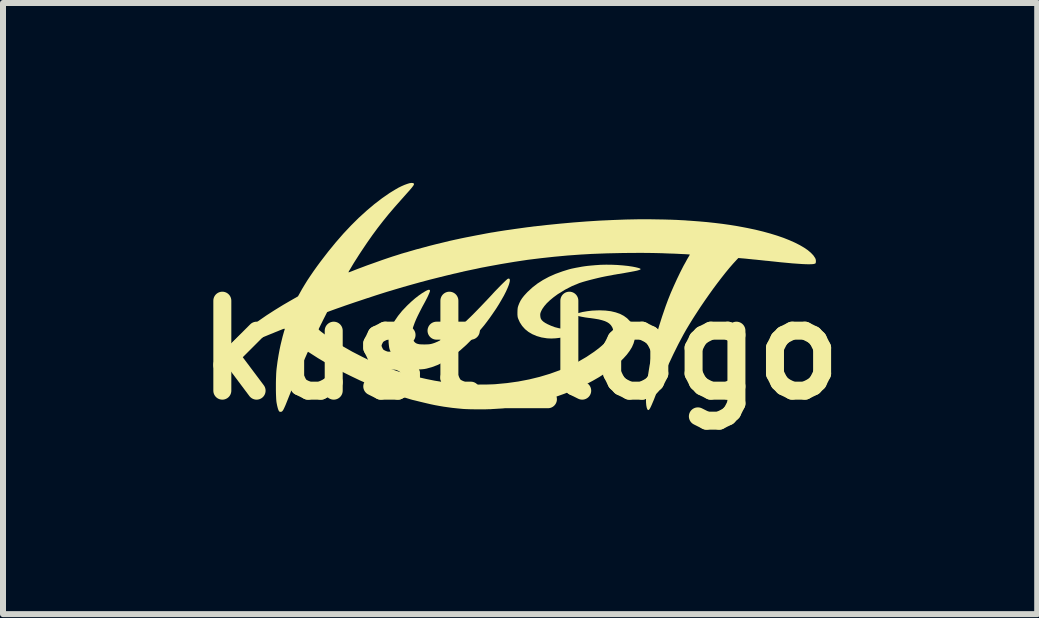
<source format=kicad_pcb>
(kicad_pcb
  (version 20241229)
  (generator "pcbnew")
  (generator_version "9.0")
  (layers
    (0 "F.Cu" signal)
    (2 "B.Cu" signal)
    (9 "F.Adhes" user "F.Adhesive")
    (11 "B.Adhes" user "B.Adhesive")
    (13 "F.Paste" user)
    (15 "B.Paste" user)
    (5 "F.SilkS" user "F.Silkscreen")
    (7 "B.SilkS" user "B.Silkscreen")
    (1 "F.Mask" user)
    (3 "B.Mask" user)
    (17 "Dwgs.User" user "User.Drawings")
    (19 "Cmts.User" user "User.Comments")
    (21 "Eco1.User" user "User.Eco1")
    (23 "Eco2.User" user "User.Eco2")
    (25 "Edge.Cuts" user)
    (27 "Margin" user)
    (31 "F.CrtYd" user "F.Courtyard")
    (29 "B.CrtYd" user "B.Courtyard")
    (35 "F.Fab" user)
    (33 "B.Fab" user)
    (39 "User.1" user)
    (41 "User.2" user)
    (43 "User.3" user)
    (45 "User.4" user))
  (footprint "kust_logo"
    (layer "F.Cu")
    (at 5.621 2.785)
    (property "Reference" "kust_logo" (at 0 0 0) (layer "F.SilkS") (effects (font (size 1.5 1.5) (thickness 0.3))))
    (attr board_only exclude_from_pos_files exclude_from_bom)
    (fp_poly (pts (xy -0.177 -1.186) (xy -0.171 -1.172) (xy -0.171 -1.149) (xy -0.178 -1.118) (xy -0.187 -1.087) (xy -0.208 -1.034) (xy -0.235 -0.974) (xy -0.269 -0.907) (xy -0.309 -0.837) (xy -0.353 -0.762) (xy -0.401 -0.686) (xy -0.453 -0.61) (xy -0.506 -0.534) (xy -0.561 -0.46) (xy -0.597 -0.413) (xy -0.695 -0.296) (xy -0.794 -0.187) (xy -0.892 -0.089) (xy -0.991 -0.000149) (xy -1.089 0.078) (xy -1.186 0.146) (xy -1.282 0.204) (xy -1.377 0.251) (xy -1.47 0.286) (xy -1.561 0.311) (xy -1.598 0.318) (xy -1.639 0.322) (xy -1.685 0.325) (xy -1.73 0.325) (xy -1.772 0.323) (xy -1.807 0.318) (xy -1.812 0.317) (xy -1.884 0.296) (xy -1.951 0.264) (xy -2.012 0.224) (xy -2.066 0.175) (xy -2.112 0.118) (xy -2.149 0.055) (xy -2.176 -0.013) (xy -2.177 -0.017) (xy -2.183 -0.045) (xy -2.188 -0.083) (xy -2.192 -0.124) (xy -2.193 -0.166) (xy -2.193 -0.206) (xy -2.19 -0.239) (xy -2.188 -0.249) (xy -2.167 -0.327) (xy -2.134 -0.407) (xy -2.09 -0.487) (xy -2.034 -0.569) (xy -1.967 -0.652) (xy -1.888 -0.735) (xy -1.876 -0.747) (xy -1.811 -0.808) (xy -1.75 -0.861) (xy -1.692 -0.906) (xy -1.635 -0.946) (xy -1.601 -0.967) (xy -1.568 -0.986) (xy -1.543 -0.998) (xy -1.525 -1.004) (xy -1.513 -1.003) (xy -1.507 -1) (xy -1.502 -0.992) (xy -1.502 -0.982) (xy -1.506 -0.969) (xy -1.515 -0.946) (xy -1.528 -0.916) (xy -1.544 -0.881) (xy -1.563 -0.844) (xy -1.583 -0.806) (xy -1.586 -0.8) (xy -1.632 -0.716) (xy -1.671 -0.64) (xy -1.705 -0.572) (xy -1.733 -0.512) (xy -1.756 -0.457) (xy -1.774 -0.407) (xy -1.782 -0.385) (xy -1.79 -0.358) (xy -1.795 -0.335) (xy -1.798 -0.309) (xy -1.799 -0.277) (xy -1.799 -0.27) (xy -1.798 -0.23) (xy -1.795 -0.2) (xy -1.788 -0.176) (xy -1.778 -0.156) (xy -1.763 -0.137) (xy -1.763 -0.136) (xy -1.746 -0.12) (xy -1.728 -0.109) (xy -1.705 -0.101) (xy -1.676 -0.095) (xy -1.639 -0.093) (xy -1.595 -0.092) (xy -1.552 -0.093) (xy -1.517 -0.095) (xy -1.486 -0.1) (xy -1.456 -0.108) (xy -1.423 -0.119) (xy -1.383 -0.136) (xy -1.376 -0.139) (xy -1.31 -0.172) (xy -1.238 -0.214) (xy -1.163 -0.264) (xy -1.083 -0.324) (xy -1.001 -0.39) (xy -0.955 -0.431) (xy -0.917 -0.465) (xy -0.873 -0.507) (xy -0.823 -0.555) (xy -0.769 -0.609) (xy -0.713 -0.666) (xy -0.654 -0.727) (xy -0.595 -0.789) (xy -0.536 -0.851) (xy -0.479 -0.912) (xy -0.459 -0.934) (xy -0.428 -0.968) (xy -0.394 -1.003) (xy -0.36 -1.038) (xy -0.327 -1.072) (xy -0.295 -1.104) (xy -0.266 -1.132) (xy -0.241 -1.156) (xy -0.222 -1.173) (xy -0.209 -1.184) (xy -0.206 -1.186) (xy -0.188 -1.191)) (stroke (width 0) (type solid)) (fill yes) (layer "F.SilkS"))
    (fp_poly (pts (xy 1.529 -1.421) (xy 1.622 -1.417) (xy 1.713 -1.41) (xy 1.799 -1.401) (xy 1.878 -1.389) (xy 1.932 -1.378) (xy 1.968 -1.369) (xy 1.993 -1.361) (xy 2.006 -1.354) (xy 2.009 -1.346) (xy 2.001 -1.339) (xy 1.981 -1.332) (xy 1.95 -1.323) (xy 1.907 -1.314) (xy 1.903 -1.313) (xy 1.881 -1.309) (xy 1.849 -1.303) (xy 1.811 -1.296) (xy 1.77 -1.289) (xy 1.728 -1.281) (xy 1.687 -1.274) (xy 1.651 -1.268) (xy 1.622 -1.264) (xy 1.616 -1.263) (xy 1.59 -1.258) (xy 1.563 -1.254) (xy 1.55 -1.251) (xy 1.531 -1.247) (xy 1.504 -1.242) (xy 1.475 -1.237) (xy 1.467 -1.236) (xy 1.411 -1.225) (xy 1.349 -1.212) (xy 1.285 -1.197) (xy 1.22 -1.181) (xy 1.157 -1.165) (xy 1.098 -1.149) (xy 1.046 -1.134) (xy 1.002 -1.12) (xy 0.987 -1.115) (xy 0.868 -1.066) (xy 0.751 -1.006) (xy 0.638 -0.936) (xy 0.628 -0.93) (xy 0.561 -0.881) (xy 0.5 -0.831) (xy 0.447 -0.781) (xy 0.404 -0.731) (xy 0.371 -0.684) (xy 0.358 -0.66) (xy 0.346 -0.634) (xy 0.339 -0.614) (xy 0.336 -0.595) (xy 0.336 -0.579) (xy 0.339 -0.547) (xy 0.347 -0.52) (xy 0.363 -0.496) (xy 0.387 -0.473) (xy 0.421 -0.45) (xy 0.456 -0.431) (xy 0.518 -0.403) (xy 0.58 -0.38) (xy 0.646 -0.363) (xy 0.718 -0.351) (xy 0.798 -0.342) (xy 0.808 -0.342) (xy 0.848 -0.339) (xy 0.877 -0.336) (xy 0.898 -0.333) (xy 0.912 -0.33) (xy 0.92 -0.327) (xy 0.923 -0.324) (xy 0.93 -0.314) (xy 0.927 -0.304) (xy 0.915 -0.292) (xy 0.893 -0.277) (xy 0.89 -0.275) (xy 0.843 -0.251) (xy 0.786 -0.23) (xy 0.724 -0.214) (xy 0.657 -0.202) (xy 0.588 -0.194) (xy 0.519 -0.191) (xy 0.454 -0.194) (xy 0.445 -0.195) (xy 0.358 -0.209) (xy 0.278 -0.232) (xy 0.205 -0.263) (xy 0.14 -0.301) (xy 0.083 -0.347) (xy 0.035 -0.4) (xy -0.004 -0.46) (xy -0.027 -0.511) (xy -0.035 -0.531) (xy -0.04 -0.549) (xy -0.042 -0.567) (xy -0.044 -0.589) (xy -0.044 -0.619) (xy -0.044 -0.626) (xy -0.043 -0.661) (xy -0.041 -0.688) (xy -0.038 -0.71) (xy -0.032 -0.73) (xy -0.031 -0.734) (xy -0.013 -0.78) (xy 0.008 -0.823) (xy 0.034 -0.863) (xy 0.066 -0.904) (xy 0.106 -0.948) (xy 0.124 -0.967) (xy 0.204 -1.041) (xy 0.289 -1.107) (xy 0.381 -1.166) (xy 0.481 -1.22) (xy 0.589 -1.268) (xy 0.708 -1.311) (xy 0.772 -1.331) (xy 0.801 -1.34) (xy 0.829 -1.348) (xy 0.853 -1.354) (xy 0.866 -1.357) (xy 0.929 -1.37) (xy 0.984 -1.38) (xy 1.033 -1.389) (xy 1.079 -1.396) (xy 1.126 -1.402) (xy 1.177 -1.407) (xy 1.235 -1.412) (xy 1.257 -1.414) (xy 1.344 -1.42) (xy 1.435 -1.422)) (stroke (width 0) (type solid)) (fill yes) (layer "F.SilkS"))
    (fp_poly (pts (xy -1.79 -2.784) (xy -1.776 -2.779) (xy -1.772 -2.775) (xy -1.769 -2.77) (xy -1.769 -2.763) (xy -1.772 -2.754) (xy -1.779 -2.741) (xy -1.79 -2.726) (xy -1.806 -2.705) (xy -1.827 -2.68) (xy -1.854 -2.649) (xy -1.888 -2.611) (xy -1.928 -2.566) (xy -1.975 -2.513) (xy -1.983 -2.504) (xy -2.091 -2.382) (xy -2.191 -2.265) (xy -2.285 -2.149) (xy -2.375 -2.033) (xy -2.462 -1.915) (xy -2.549 -1.791) (xy -2.629 -1.672) (xy -2.659 -1.627) (xy -2.689 -1.581) (xy -2.718 -1.535) (xy -2.747 -1.49) (xy -2.774 -1.447) (xy -2.798 -1.407) (xy -2.819 -1.371) (xy -2.837 -1.341) (xy -2.851 -1.318) (xy -2.859 -1.302) (xy -2.861 -1.294) (xy -2.861 -1.294) (xy -2.855 -1.295) (xy -2.84 -1.3) (xy -2.818 -1.308) (xy -2.79 -1.319) (xy -2.775 -1.325) (xy -2.706 -1.352) (xy -2.631 -1.38) (xy -2.549 -1.411) (xy -2.464 -1.441) (xy -2.377 -1.472) (xy -2.29 -1.503) (xy -2.205 -1.532) (xy -2.124 -1.559) (xy -2.047 -1.583) (xy -1.979 -1.605) (xy -1.921 -1.622) (xy -1.905 -1.626) (xy -1.88 -1.633) (xy -1.851 -1.642) (xy -1.823 -1.65) (xy -1.727 -1.678) (xy -1.621 -1.706) (xy -1.51 -1.736) (xy -1.396 -1.765) (xy -1.283 -1.792) (xy -1.173 -1.819) (xy -1.069 -1.842) (xy -1.049 -1.846) (xy -0.981 -1.861) (xy -0.903 -1.877) (xy -0.82 -1.893) (xy -0.734 -1.91) (xy -0.648 -1.926) (xy -0.565 -1.942) (xy -0.488 -1.956) (xy -0.43 -1.965) (xy -0.372 -1.975) (xy -0.307 -1.985) (xy -0.237 -1.996) (xy -0.164 -2.006) (xy -0.09 -2.017) (xy -0.017 -2.027) (xy 0.054 -2.037) (xy 0.12 -2.046) (xy 0.18 -2.053) (xy 0.231 -2.06) (xy 0.264 -2.063) (xy 0.286 -2.066) (xy 0.318 -2.069) (xy 0.355 -2.073) (xy 0.397 -2.078) (xy 0.439 -2.083) (xy 0.448 -2.084) (xy 0.667 -2.106) (xy 0.888 -2.126) (xy 1.11 -2.143) (xy 1.331 -2.157) (xy 1.55 -2.167) (xy 1.763 -2.175) (xy 1.971 -2.179) (xy 2.171 -2.179) (xy 2.349 -2.176) (xy 2.415 -2.175) (xy 2.472 -2.173) (xy 2.521 -2.172) (xy 2.564 -2.17) (xy 2.602 -2.169) (xy 2.639 -2.167) (xy 2.674 -2.165) (xy 2.712 -2.163) (xy 2.752 -2.161) (xy 2.798 -2.157) (xy 2.834 -2.155) (xy 2.981 -2.144) (xy 3.118 -2.132) (xy 3.247 -2.118) (xy 3.371 -2.103) (xy 3.492 -2.086) (xy 3.611 -2.067) (xy 3.73 -2.045) (xy 3.792 -2.033) (xy 3.925 -2.005) (xy 4.052 -1.974) (xy 4.172 -1.941) (xy 4.286 -1.906) (xy 4.393 -1.869) (xy 4.491 -1.83) (xy 4.581 -1.79) (xy 4.662 -1.749) (xy 4.734 -1.707) (xy 4.796 -1.665) (xy 4.848 -1.621) (xy 4.889 -1.578) (xy 4.919 -1.534) (xy 4.922 -1.528) (xy 4.931 -1.502) (xy 4.932 -1.475) (xy 4.93 -1.456) (xy 4.927 -1.446) (xy 4.919 -1.44) (xy 4.909 -1.437) (xy 4.888 -1.432) (xy 4.857 -1.43) (xy 4.815 -1.429) (xy 4.763 -1.43) (xy 4.7 -1.433) (xy 4.626 -1.438) (xy 4.541 -1.444) (xy 4.445 -1.453) (xy 4.337 -1.463) (xy 4.218 -1.476) (xy 4.186 -1.479) (xy 4.145 -1.484) (xy 4.098 -1.488) (xy 4.051 -1.493) (xy 4.014 -1.497) (xy 3.975 -1.501) (xy 3.929 -1.506) (xy 3.882 -1.51) (xy 3.839 -1.515) (xy 3.833 -1.515) (xy 3.796 -1.519) (xy 3.758 -1.523) (xy 3.724 -1.526) (xy 3.697 -1.528) (xy 3.689 -1.529) (xy 3.639 -1.533) (xy 3.605 -1.497) (xy 3.55 -1.437) (xy 3.49 -1.368) (xy 3.426 -1.29) (xy 3.359 -1.205) (xy 3.29 -1.115) (xy 3.22 -1.021) (xy 3.15 -0.923) (xy 3.08 -0.823) (xy 3.011 -0.722) (xy 2.945 -0.621) (xy 2.881 -0.522) (xy 2.822 -0.426) (xy 2.767 -0.334) (xy 2.724 -0.258) (xy 2.639 -0.098) (xy 2.554 0.073) (xy 2.47 0.252) (xy 2.389 0.438) (xy 2.31 0.629) (xy 2.282 0.7) (xy 2.254 0.769) (xy 2.231 0.829) (xy 2.21 0.878) (xy 2.193 0.918) (xy 2.178 0.95) (xy 2.166 0.974) (xy 2.155 0.99) (xy 2.146 0.999) (xy 2.138 1.002) (xy 2.131 1) (xy 2.125 0.993) (xy 2.12 0.985) (xy 2.111 0.959) (xy 2.104 0.922) (xy 2.1 0.875) (xy 2.099 0.82) (xy 2.1 0.756) (xy 2.104 0.685) (xy 2.111 0.608) (xy 2.12 0.526) (xy 2.131 0.439) (xy 2.145 0.348) (xy 2.16 0.255) (xy 2.174 0.185) (xy 2.189 0.109) (xy 2.206 0.029) (xy 2.224 -0.049) (xy 2.242 -0.125) (xy 2.26 -0.194) (xy 2.271 -0.234) (xy 2.277 -0.258) (xy 2.283 -0.278) (xy 2.287 -0.292) (xy 2.287 -0.293) (xy 2.295 -0.322) (xy 2.306 -0.359) (xy 2.319 -0.404) (xy 2.335 -0.454) (xy 2.352 -0.508) (xy 2.37 -0.564) (xy 2.389 -0.619) (xy 2.407 -0.672) (xy 2.424 -0.721) (xy 2.427 -0.73) (xy 2.467 -0.838) (xy 2.513 -0.953) (xy 2.564 -1.069) (xy 2.617 -1.185) (xy 2.671 -1.297) (xy 2.725 -1.403) (xy 2.761 -1.467) (xy 2.778 -1.499) (xy 2.794 -1.527) (xy 2.808 -1.551) (xy 2.818 -1.567) (xy 2.822 -1.575) (xy 2.828 -1.586) (xy 2.828 -1.592) (xy 2.821 -1.593) (xy 2.803 -1.594) (xy 2.774 -1.596) (xy 2.736 -1.598) (xy 2.689 -1.6) (xy 2.633 -1.603) (xy 2.569 -1.606) (xy 2.499 -1.608) (xy 2.422 -1.611) (xy 2.375 -1.613) (xy 2.259 -1.616) (xy 2.135 -1.618) (xy 2.003 -1.619) (xy 1.866 -1.618) (xy 1.726 -1.617) (xy 1.586 -1.614) (xy 1.448 -1.611) (xy 1.314 -1.606) (xy 1.186 -1.601) (xy 1.066 -1.594) (xy 1.026 -1.592) (xy 0.791 -1.575) (xy 0.565 -1.554) (xy 0.345 -1.53) (xy 0.126 -1.503) (xy -0.093 -1.47) (xy -0.315 -1.433) (xy -0.545 -1.391) (xy -0.596 -1.381) (xy -0.624 -1.376) (xy -0.66 -1.369) (xy -0.7 -1.36) (xy -0.742 -1.351) (xy -0.786 -1.342) (xy -0.828 -1.333) (xy -0.867 -1.325) (xy -0.9 -1.318) (xy -0.927 -1.312) (xy -0.944 -1.308) (xy -0.946 -1.308) (xy -0.955 -1.305) (xy -0.973 -1.301) (xy -1 -1.295) (xy -1.033 -1.287) (xy -1.071 -1.278) (xy -1.1 -1.272) (xy -1.229 -1.241) (xy -1.366 -1.207) (xy -1.509 -1.171) (xy -1.656 -1.132) (xy -1.803 -1.091) (xy -1.949 -1.05) (xy -2.09 -1.008) (xy -2.224 -0.968) (xy -2.306 -0.942) (xy -2.391 -0.915) (xy -2.479 -0.886) (xy -2.568 -0.857) (xy -2.657 -0.827) (xy -2.745 -0.798) (xy -2.83 -0.769) (xy -2.912 -0.741) (xy -2.988 -0.714) (xy -3.057 -0.69) (xy -3.118 -0.668) (xy -3.17 -0.649) (xy -3.181 -0.645) (xy -3.217 -0.631) (xy -3.286 -0.495) (xy -3.304 -0.458) (xy -3.322 -0.423) (xy -3.336 -0.394) (xy -3.348 -0.37) (xy -3.355 -0.354) (xy -3.358 -0.348) (xy -3.357 -0.342) (xy -3.351 -0.334) (xy -3.339 -0.323) (xy -3.32 -0.307) (xy -3.292 -0.286) (xy -3.271 -0.27) (xy -3.123 -0.166) (xy -2.966 -0.067) (xy -2.799 0.028) (xy -2.622 0.119) (xy -2.589 0.135) (xy -2.56 0.149) (xy -2.537 0.16) (xy -2.52 0.168) (xy -2.512 0.172) (xy -2.511 0.172) (xy -2.505 0.174) (xy -2.491 0.18) (xy -2.472 0.189) (xy -2.471 0.189) (xy -2.395 0.223) (xy -2.31 0.258) (xy -2.217 0.293) (xy -2.12 0.328) (xy -2.02 0.362) (xy -1.92 0.393) (xy -1.822 0.421) (xy -1.728 0.446) (xy -1.699 0.453) (xy -1.558 0.485) (xy -1.424 0.512) (xy -1.292 0.533) (xy -1.159 0.55) (xy -1.02 0.564) (xy -0.943 0.57) (xy -0.892 0.573) (xy -0.832 0.575) (xy -0.766 0.576) (xy -0.697 0.577) (xy -0.627 0.576) (xy -0.558 0.576) (xy -0.495 0.574) (xy -0.439 0.572) (xy -0.409 0.57) (xy -0.218 0.552) (xy -0.031 0.526) (xy 0.151 0.491) (xy 0.327 0.448) (xy 0.497 0.397) (xy 0.661 0.338) (xy 0.817 0.272) (xy 0.965 0.198) (xy 1.105 0.117) (xy 1.236 0.029) (xy 1.313 -0.029) (xy 1.357 -0.066) (xy 1.399 -0.104) (xy 1.437 -0.143) (xy 1.472 -0.182) (xy 1.502 -0.219) (xy 1.526 -0.253) (xy 1.543 -0.283) (xy 1.552 -0.308) (xy 1.553 -0.318) (xy 1.549 -0.346) (xy 1.537 -0.378) (xy 1.518 -0.408) (xy 1.508 -0.42) (xy 1.484 -0.443) (xy 1.453 -0.463) (xy 1.414 -0.481) (xy 1.367 -0.496) (xy 1.312 -0.51) (xy 1.246 -0.521) (xy 1.17 -0.532) (xy 1.15 -0.534) (xy 1.12 -0.538) (xy 1.084 -0.543) (xy 1.047 -0.55) (xy 1.024 -0.554) (xy 0.983 -0.563) (xy 0.953 -0.572) (xy 0.935 -0.581) (xy 0.929 -0.589) (xy 0.933 -0.598) (xy 0.949 -0.607) (xy 0.975 -0.616) (xy 1.041 -0.633) (xy 1.117 -0.646) (xy 1.199 -0.656) (xy 1.284 -0.66) (xy 1.328 -0.661) (xy 1.425 -0.657) (xy 1.514 -0.646) (xy 1.594 -0.627) (xy 1.666 -0.602) (xy 1.729 -0.569) (xy 1.784 -0.529) (xy 1.829 -0.483) (xy 1.865 -0.43) (xy 1.891 -0.37) (xy 1.906 -0.311) (xy 1.91 -0.283) (xy 1.913 -0.255) (xy 1.915 -0.231) (xy 1.915 -0.226) (xy 1.909 -0.168) (xy 1.892 -0.109) (xy 1.865 -0.047) (xy 1.827 0.015) (xy 1.779 0.079) (xy 1.722 0.142) (xy 1.656 0.206) (xy 1.581 0.27) (xy 1.499 0.333) (xy 1.409 0.395) (xy 1.312 0.456) (xy 1.209 0.515) (xy 1.099 0.573) (xy 0.984 0.628) (xy 0.863 0.68) (xy 0.738 0.73) (xy 0.609 0.776) (xy 0.537 0.799) (xy 0.452 0.825) (xy 0.363 0.85) (xy 0.272 0.873) (xy 0.182 0.895) (xy 0.096 0.914) (xy 0.015 0.929) (xy -0.05 0.94) (xy -0.116 0.95) (xy -0.171 0.957) (xy -0.217 0.964) (xy -0.256 0.968) (xy -0.288 0.972) (xy -0.315 0.974) (xy -0.326 0.975) (xy -0.357 0.977) (xy -0.394 0.98) (xy -0.432 0.983) (xy -0.451 0.984) (xy -0.489 0.987) (xy -0.537 0.988) (xy -0.592 0.99) (xy -0.652 0.99) (xy -0.714 0.99) (xy -0.776 0.989) (xy -0.835 0.988) (xy -0.89 0.986) (xy -0.937 0.984) (xy -0.973 0.981) (xy -1.055 0.973) (xy -1.132 0.965) (xy -1.205 0.955) (xy -1.276 0.945) (xy -1.346 0.933) (xy -1.418 0.92) (xy -1.494 0.904) (xy -1.575 0.885) (xy -1.663 0.864) (xy -1.76 0.84) (xy -1.791 0.833) (xy -1.823 0.824) (xy -1.865 0.811) (xy -1.914 0.796) (xy -1.968 0.779) (xy -2.024 0.761) (xy -2.082 0.742) (xy -2.138 0.723) (xy -2.191 0.704) (xy -2.239 0.687) (xy -2.25 0.683) (xy -2.389 0.629) (xy -2.532 0.569) (xy -2.677 0.504) (xy -2.823 0.434) (xy -2.968 0.362) (xy -3.108 0.287) (xy -3.243 0.211) (xy -3.371 0.135) (xy -3.488 0.06) (xy -3.508 0.047) (xy -3.525 0.037) (xy -3.534 0.031) (xy -3.536 0.03) (xy -3.539 0.035) (xy -3.546 0.047) (xy -3.552 0.061) (xy -3.562 0.084) (xy -3.574 0.111) (xy -3.581 0.127) (xy -3.592 0.151) (xy -3.605 0.18) (xy -3.617 0.207) (xy -3.617 0.208) (xy -3.629 0.235) (xy -3.641 0.263) (xy -3.652 0.287) (xy -3.652 0.288) (xy -3.662 0.309) (xy -3.674 0.337) (xy -3.687 0.366) (xy -3.693 0.382) (xy -3.704 0.408) (xy -3.714 0.43) (xy -3.721 0.447) (xy -3.724 0.454) (xy -3.728 0.464) (xy -3.736 0.482) (xy -3.745 0.506) (xy -3.752 0.522) (xy -3.759 0.538) (xy -3.764 0.552) (xy -3.77 0.566) (xy -3.776 0.582) (xy -3.783 0.6) (xy -3.792 0.621) (xy -3.803 0.648) (xy -3.816 0.682) (xy -3.832 0.723) (xy -3.852 0.772) (xy -3.869 0.815) (xy -3.891 0.87) (xy -3.909 0.915) (xy -3.925 0.951) (xy -3.938 0.979) (xy -3.949 1) (xy -3.959 1.014) (xy -3.968 1.024) (xy -3.977 1.029) (xy -3.987 1.031) (xy -3.994 1.032) (xy -4.012 1.028) (xy -4.021 1.018) (xy -4.03 0.999) (xy -4.04 0.969) (xy -4.05 0.929) (xy -4.059 0.883) (xy -4.063 0.857) (xy -4.066 0.821) (xy -4.068 0.777) (xy -4.07 0.726) (xy -4.071 0.671) (xy -4.071 0.613) (xy -4.071 0.554) (xy -4.07 0.496) (xy -4.068 0.441) (xy -4.066 0.39) (xy -4.063 0.346) (xy -4.059 0.309) (xy -4.059 0.308) (xy -4.044 0.192) (xy -4.027 0.087) (xy -4.01 -0.005) (xy -4.004 -0.033) (xy -3.997 -0.067) (xy -3.988 -0.106) (xy -3.978 -0.147) (xy -3.968 -0.188) (xy -3.958 -0.228) (xy -3.948 -0.263) (xy -3.94 -0.292) (xy -3.934 -0.313) (xy -3.931 -0.322) (xy -3.925 -0.341) (xy -3.924 -0.351) (xy -3.931 -0.355) (xy -3.945 -0.351) (xy -3.968 -0.343) (xy -3.986 -0.335) (xy -4.013 -0.325) (xy -4.046 -0.311) (xy -4.084 -0.296) (xy -4.124 -0.279) (xy -4.147 -0.27) (xy -4.189 -0.253) (xy -4.23 -0.236) (xy -4.269 -0.22) (xy -4.303 -0.206) (xy -4.33 -0.195) (xy -4.34 -0.191) (xy -4.372 -0.178) (xy -4.408 -0.163) (xy -4.441 -0.149) (xy -4.45 -0.146) (xy -4.474 -0.136) (xy -4.495 -0.127) (xy -4.511 -0.121) (xy -4.515 -0.119) (xy -4.533 -0.111) (xy -4.559 -0.1) (xy -4.592 -0.086) (xy -4.63 -0.072) (xy -4.669 -0.057) (xy -4.708 -0.042) (xy -4.744 -0.028) (xy -4.775 -0.017) (xy -4.798 -0.009) (xy -4.804 -0.007) (xy -4.839 0.004) (xy -4.864 0.01) (xy -4.88 0.011) (xy -4.889 0.008) (xy -4.891 0.002) (xy -4.887 -0.011) (xy -4.875 -0.03) (xy -4.855 -0.056) (xy -4.83 -0.086) (xy -4.799 -0.119) (xy -4.766 -0.152) (xy -4.679 -0.234) (xy -4.582 -0.317) (xy -4.474 -0.402) (xy -4.356 -0.488) (xy -4.229 -0.576) (xy -4.094 -0.663) (xy -3.951 -0.751) (xy -3.839 -0.816) (xy -3.703 -0.894) (xy -3.677 -0.94) (xy -3.636 -1.014) (xy -3.592 -1.087) (xy -3.547 -1.16) (xy -3.497 -1.235) (xy -3.443 -1.314) (xy -3.383 -1.398) (xy -3.323 -1.479) (xy -3.199 -1.64) (xy -3.073 -1.794) (xy -2.946 -1.94) (xy -2.817 -2.077) (xy -2.688 -2.205) (xy -2.558 -2.323) (xy -2.429 -2.432) (xy -2.301 -2.53) (xy -2.174 -2.618) (xy -2.079 -2.676) (xy -2.027 -2.706) (xy -1.976 -2.731) (xy -1.928 -2.752) (xy -1.884 -2.768) (xy -1.846 -2.78) (xy -1.814 -2.785)) (stroke (width 0) (type solid)) (fill yes) (layer "F.SilkS")))
  (gr_rect
    (start -3 -3)
    (end 14.243 7.189)
    (stroke (width 0.1) (type default))
    (fill no)
    (layer "Edge.Cuts")))
</source>
